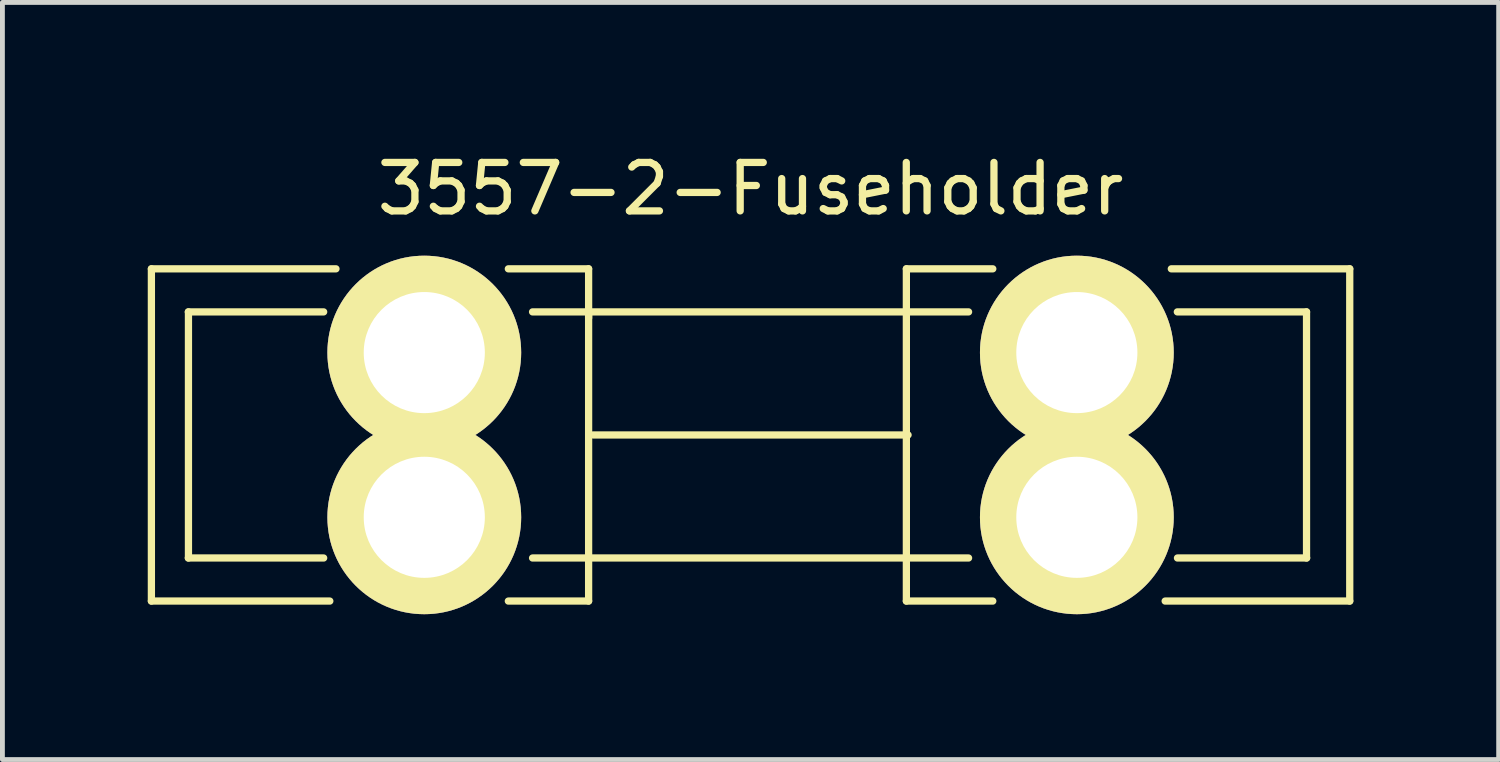
<source format=kicad_pcb>
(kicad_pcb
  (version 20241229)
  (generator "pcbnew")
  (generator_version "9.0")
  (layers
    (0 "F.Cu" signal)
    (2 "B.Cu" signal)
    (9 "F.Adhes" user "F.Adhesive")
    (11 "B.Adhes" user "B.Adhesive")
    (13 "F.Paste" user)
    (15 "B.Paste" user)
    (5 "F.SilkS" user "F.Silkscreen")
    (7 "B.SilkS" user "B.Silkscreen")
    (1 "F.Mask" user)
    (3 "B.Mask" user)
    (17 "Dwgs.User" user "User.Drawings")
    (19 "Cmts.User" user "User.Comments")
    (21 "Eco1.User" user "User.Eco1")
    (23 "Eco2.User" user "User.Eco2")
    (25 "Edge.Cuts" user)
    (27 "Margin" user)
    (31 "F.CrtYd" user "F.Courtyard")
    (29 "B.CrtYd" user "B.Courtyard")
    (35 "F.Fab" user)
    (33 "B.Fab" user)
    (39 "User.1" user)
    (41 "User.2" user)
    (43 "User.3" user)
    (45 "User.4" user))
  (footprint "3557-2-Fuseholder"
    (layer "F.Cu")
    (at 12.443 5.928)
    (property "Reference" "3557-2-Fuseholder" (at 0 -5.08 0) (layer "F.SilkS") (effects (font (size 1 1) (thickness 0.15))))
    (attr through_hole)
    (fp_line (start -12.368 -3.429) (end -12.368 3.429) (stroke (width 0.15) (type solid)) (layer "F.SilkS"))
    (fp_line (start -12.368 -3.429) (end -8.558 -3.429) (stroke (width 0.15) (type solid)) (layer "F.SilkS"))
    (fp_line (start -12.368 3.429) (end -8.685 3.429) (stroke (width 0.15) (type solid)) (layer "F.SilkS"))
    (fp_line (start -11.606 -2.54) (end -8.812 -2.54) (stroke (width 0.15) (type solid)) (layer "F.SilkS"))
    (fp_line (start -11.606 2.54) (end -8.812 2.54) (stroke (width 0.15) (type solid)) (layer "F.SilkS"))
    (fp_line (start -11.603 -2.54) (end -11.603 2.54) (stroke (width 0.15) (type solid)) (layer "F.SilkS"))
    (fp_line (start -4.5 -2.54) (end 4.5 -2.54) (stroke (width 0.15) (type solid)) (layer "F.SilkS"))
    (fp_line (start -3.343 -3.429) (end -5 -3.429) (stroke (width 0.15) (type solid)) (layer "F.SilkS"))
    (fp_line (start -3.343 -3.429) (end -3.343 -2.413) (stroke (width 0.15) (type solid)) (layer "F.SilkS"))
    (fp_line (start -3.343 0) (end -3.343 -2.54) (stroke (width 0.15) (type solid)) (layer "F.SilkS"))
    (fp_line (start -3.343 2.54) (end -3.343 0) (stroke (width 0.15) (type solid)) (layer "F.SilkS"))
    (fp_line (start -3.343 3.429) (end -5 3.429) (stroke (width 0.15) (type solid)) (layer "F.SilkS"))
    (fp_line (start -3.343 3.429) (end -3.343 2.54) (stroke (width 0.15) (type solid)) (layer "F.SilkS"))
    (fp_line (start 3.216 -3.429) (end 3.216 -2.54) (stroke (width 0.15) (type solid)) (layer "F.SilkS"))
    (fp_line (start 3.216 -3.429) (end 5 -3.429) (stroke (width 0.15) (type solid)) (layer "F.SilkS"))
    (fp_line (start 3.216 0) (end 3.216 -2.54) (stroke (width 0.15) (type solid)) (layer "F.SilkS"))
    (fp_line (start 3.216 2.54) (end 3.216 0) (stroke (width 0.15) (type solid)) (layer "F.SilkS"))
    (fp_line (start 3.216 3.429) (end 3.216 2.54) (stroke (width 0.15) (type solid)) (layer "F.SilkS"))
    (fp_line (start 3.216 3.429) (end 5 3.429) (stroke (width 0.15) (type solid)) (layer "F.SilkS"))
    (fp_line (start 3.251 0) (end -3.251 0) (stroke (width 0.15) (type solid)) (layer "F.SilkS"))
    (fp_line (start 4.5 2.54) (end -4.5 2.54) (stroke (width 0.15) (type solid)) (layer "F.SilkS"))
    (fp_line (start 11.476 -2.54) (end 8.809 -2.54) (stroke (width 0.15) (type solid)) (layer "F.SilkS"))
    (fp_line (start 11.476 -2.54) (end 11.476 2.54) (stroke (width 0.15) (type solid)) (layer "F.SilkS"))
    (fp_line (start 11.479 2.54) (end 8.812 2.54) (stroke (width 0.15) (type solid)) (layer "F.SilkS"))
    (fp_line (start 12.368 -3.429) (end 8.685 -3.429) (stroke (width 0.15) (type solid)) (layer "F.SilkS"))
    (fp_line (start 12.368 -3.429) (end 12.368 3.429) (stroke (width 0.15) (type solid)) (layer "F.SilkS"))
    (fp_line (start 12.368 3.429) (end 8.558 3.429) (stroke (width 0.15) (type solid)) (layer "F.SilkS"))
    (pad "1" thru_hole circle (at -6.735 -1.7) (size 4 4) (drill 2.5) (layers "*.Cu" "*.Mask" "F.SilkS"))
    (pad "1" thru_hole circle (at -6.735 1.7) (size 4 4) (drill 2.5) (layers "*.Cu" "*.Mask" "F.SilkS"))
    (pad "2" thru_hole circle (at 6.735 -1.7) (size 4 4) (drill 2.5) (layers "*.Cu" "*.Mask" "F.SilkS"))
    (pad "2" thru_hole circle (at 6.735 1.7) (size 4 4) (drill 2.5) (layers "*.Cu" "*.Mask" "F.SilkS")))
  (gr_rect
    (start -3 -3)
    (end 27.885 12.628)
    (stroke (width 0.1) (type default))
    (fill no)
    (layer "Edge.Cuts")))
</source>
